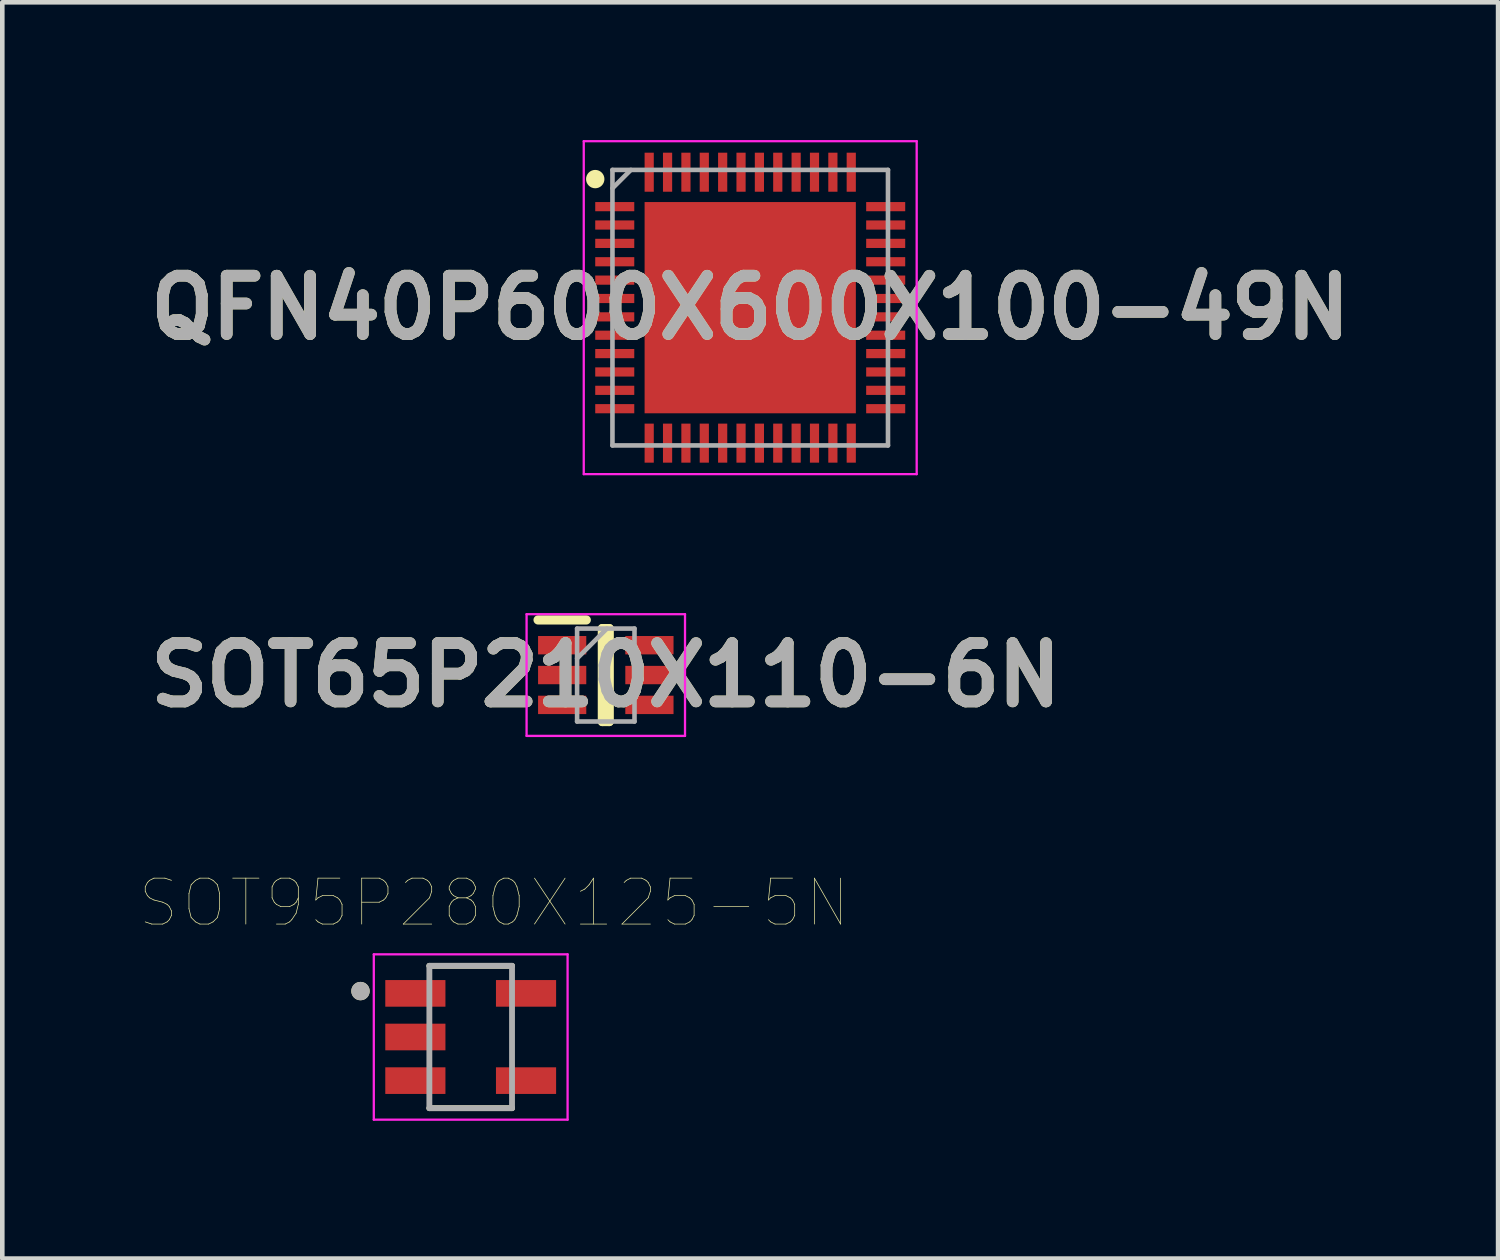
<source format=kicad_pcb>
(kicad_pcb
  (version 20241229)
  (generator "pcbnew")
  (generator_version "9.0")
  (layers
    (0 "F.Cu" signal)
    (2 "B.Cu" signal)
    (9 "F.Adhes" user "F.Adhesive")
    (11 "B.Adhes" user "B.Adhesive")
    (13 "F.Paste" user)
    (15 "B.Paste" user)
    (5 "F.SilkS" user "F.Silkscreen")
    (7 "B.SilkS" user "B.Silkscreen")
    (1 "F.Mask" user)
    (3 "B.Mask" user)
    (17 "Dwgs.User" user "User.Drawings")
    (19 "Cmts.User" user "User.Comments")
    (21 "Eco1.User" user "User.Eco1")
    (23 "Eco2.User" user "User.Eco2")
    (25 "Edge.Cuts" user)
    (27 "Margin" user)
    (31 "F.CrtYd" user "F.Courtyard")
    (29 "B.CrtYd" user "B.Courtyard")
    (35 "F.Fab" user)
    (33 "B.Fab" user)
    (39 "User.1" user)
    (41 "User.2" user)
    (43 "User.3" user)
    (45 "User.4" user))
  (footprint "SOT95P280X125-5N"
    (layer "F.Cu")
    (at 7.2 19.532)
    (property "Reference" "SOT95P280X125-5N" (at 0.508 -2.921 0) (layer "F.SilkS") (effects (font (size 1 1) (thickness 0.015))))
    (attr through_hole)
    (fp_line (start -0.9 -1.55) (end 0.9 -1.55) (stroke (width 0.127) (type solid)) (layer "F.SilkS"))
    (fp_line (start 0.9 1.55) (end -0.9 1.55) (stroke (width 0.127) (type solid)) (layer "F.SilkS"))
    (fp_circle (center -2.4 -1) (end -2.3 -1) (stroke (width 0.2) (type solid)) (fill no) (layer "F.SilkS"))
    (fp_line (start -2.11 -1.8) (end 2.11 -1.8) (stroke (width 0.05) (type solid)) (layer "F.CrtYd"))
    (fp_line (start -2.11 1.8) (end -2.11 -1.8) (stroke (width 0.05) (type solid)) (layer "F.CrtYd"))
    (fp_line (start 2.11 -1.8) (end 2.11 1.8) (stroke (width 0.05) (type solid)) (layer "F.CrtYd"))
    (fp_line (start 2.11 1.8) (end -2.11 1.8) (stroke (width 0.05) (type solid)) (layer "F.CrtYd"))
    (fp_line (start -0.9 -1.55) (end 0.9 -1.55) (stroke (width 0.127) (type solid)) (layer "F.Fab"))
    (fp_line (start -0.9 1.55) (end -0.9 -1.55) (stroke (width 0.127) (type solid)) (layer "F.Fab"))
    (fp_line (start 0.9 -1.55) (end 0.9 1.55) (stroke (width 0.127) (type solid)) (layer "F.Fab"))
    (fp_line (start 0.9 1.55) (end -0.9 1.55) (stroke (width 0.127) (type solid)) (layer "F.Fab"))
    (fp_circle (center -2.4 -1) (end -2.3 -1) (stroke (width 0.2) (type solid)) (fill no) (layer "F.Fab"))
    (pad "1" smd rect (at -1.205 -0.95) (size 1.31 0.58) (layers "F.Cu" "F.Mask" "F.Paste"))
    (pad "2" smd rect (at -1.205 0) (size 1.31 0.58) (layers "F.Cu" "F.Mask" "F.Paste"))
    (pad "3" smd rect (at -1.205 0.95) (size 1.31 0.58) (layers "F.Cu" "F.Mask" "F.Paste"))
    (pad "4" smd rect (at 1.205 0.95) (size 1.31 0.58) (layers "F.Cu" "F.Mask" "F.Paste"))
    (pad "5" smd rect (at 1.205 -0.95) (size 1.31 0.58) (layers "F.Cu" "F.Mask" "F.Paste")))
  (footprint "SOT65P210X110-6N"
    (layer "F.Cu")
    (at 10.142 11.65)
    (property "Reference" "SOT65P210X110-6N" (at 0 0 0) (layer "F.SilkS") (effects (font (size 1.27 1.27) (thickness 0.254))))
    (attr smd)
    (fp_line (start -1.475 -1.2) (end -0.425 -1.2) (stroke (width 0.2) (type solid)) (layer "F.SilkS"))
    (fp_line (start -0.075 -1.012) (end 0.075 -1.012) (stroke (width 0.2) (type solid)) (layer "F.SilkS"))
    (fp_line (start -0.075 1.012) (end -0.075 -1.012) (stroke (width 0.2) (type solid)) (layer "F.SilkS"))
    (fp_line (start 0.075 -1.012) (end 0.075 1.012) (stroke (width 0.2) (type solid)) (layer "F.SilkS"))
    (fp_line (start 0.075 1.012) (end -0.075 1.012) (stroke (width 0.2) (type solid)) (layer "F.SilkS"))
    (fp_line (start -1.725 -1.325) (end 1.725 -1.325) (stroke (width 0.05) (type solid)) (layer "F.CrtYd"))
    (fp_line (start -1.725 1.325) (end -1.725 -1.325) (stroke (width 0.05) (type solid)) (layer "F.CrtYd"))
    (fp_line (start 1.725 -1.325) (end 1.725 1.325) (stroke (width 0.05) (type solid)) (layer "F.CrtYd"))
    (fp_line (start 1.725 1.325) (end -1.725 1.325) (stroke (width 0.05) (type solid)) (layer "F.CrtYd"))
    (fp_line (start -0.625 -1.012) (end 0.625 -1.012) (stroke (width 0.1) (type solid)) (layer "F.Fab"))
    (fp_line (start -0.625 -0.362) (end 0.025 -1.012) (stroke (width 0.1) (type solid)) (layer "F.Fab"))
    (fp_line (start -0.625 1.012) (end -0.625 -1.012) (stroke (width 0.1) (type solid)) (layer "F.Fab"))
    (fp_line (start 0.625 -1.012) (end 0.625 1.012) (stroke (width 0.1) (type solid)) (layer "F.Fab"))
    (fp_line (start 0.625 1.012) (end -0.625 1.012) (stroke (width 0.1) (type solid)) (layer "F.Fab"))
    (fp_text user "${REFERENCE}" (at 0 0 0) (layer "F.Fab") (effects (font (size 1.27 1.27) (thickness 0.254))))
    (pad "1" smd rect (at -0.95 -0.65 90) (size 0.4 1.05) (layers "F.Cu" "F.Mask" "F.Paste"))
    (pad "2" smd rect (at -0.95 0 90) (size 0.4 1.05) (layers "F.Cu" "F.Mask" "F.Paste"))
    (pad "3" smd rect (at -0.95 0.65 90) (size 0.4 1.05) (layers "F.Cu" "F.Mask" "F.Paste"))
    (pad "4" smd rect (at 0.95 0.65 90) (size 0.4 1.05) (layers "F.Cu" "F.Mask" "F.Paste"))
    (pad "5" smd rect (at 0.95 0 90) (size 0.4 1.05) (layers "F.Cu" "F.Mask" "F.Paste"))
    (pad "6" smd rect (at 0.95 -0.65 90) (size 0.4 1.05) (layers "F.Cu" "F.Mask" "F.Paste")))
  (footprint "QFN40P600X600X100-49N"
    (layer "F.Cu")
    (at 13.287 3.65)
    (property "Reference" "QFN40P600X600X100-49N" (at 0 0 0) (layer "F.SilkS") (effects (font (size 1.27 1.27) (thickness 0.254))))
    (attr smd)
    (fp_circle (center -3.375 -2.8) (end -3.375 -2.7) (stroke (width 0.2) (type solid)) (fill no) (layer "F.SilkS"))
    (fp_line (start -3.625 -3.625) (end 3.625 -3.625) (stroke (width 0.05) (type solid)) (layer "F.CrtYd"))
    (fp_line (start -3.625 3.625) (end -3.625 -3.625) (stroke (width 0.05) (type solid)) (layer "F.CrtYd"))
    (fp_line (start 3.625 -3.625) (end 3.625 3.625) (stroke (width 0.05) (type solid)) (layer "F.CrtYd"))
    (fp_line (start 3.625 3.625) (end -3.625 3.625) (stroke (width 0.05) (type solid)) (layer "F.CrtYd"))
    (fp_line (start -3 -3) (end 3 -3) (stroke (width 0.1) (type solid)) (layer "F.Fab"))
    (fp_line (start -3 -2.6) (end -2.6 -3) (stroke (width 0.1) (type solid)) (layer "F.Fab"))
    (fp_line (start -3 3) (end -3 -3) (stroke (width 0.1) (type solid)) (layer "F.Fab"))
    (fp_line (start 3 -3) (end 3 3) (stroke (width 0.1) (type solid)) (layer "F.Fab"))
    (fp_line (start 3 3) (end -3 3) (stroke (width 0.1) (type solid)) (layer "F.Fab"))
    (fp_text user "${REFERENCE}" (at 0 0 0) (layer "F.Fab") (effects (font (size 1.27 1.27) (thickness 0.254))))
    (pad "1" smd rect (at -2.95 -2.2 90) (size 0.2 0.85) (layers "F.Cu" "F.Mask" "F.Paste"))
    (pad "2" smd rect (at -2.95 -1.8 90) (size 0.2 0.85) (layers "F.Cu" "F.Mask" "F.Paste"))
    (pad "3" smd rect (at -2.95 -1.4 90) (size 0.2 0.85) (layers "F.Cu" "F.Mask" "F.Paste"))
    (pad "4" smd rect (at -2.95 -1 90) (size 0.2 0.85) (layers "F.Cu" "F.Mask" "F.Paste"))
    (pad "5" smd rect (at -2.95 -0.6 90) (size 0.2 0.85) (layers "F.Cu" "F.Mask" "F.Paste"))
    (pad "6" smd rect (at -2.95 -0.2 90) (size 0.2 0.85) (layers "F.Cu" "F.Mask" "F.Paste"))
    (pad "7" smd rect (at -2.95 0.2 90) (size 0.2 0.85) (layers "F.Cu" "F.Mask" "F.Paste"))
    (pad "8" smd rect (at -2.95 0.6 90) (size 0.2 0.85) (layers "F.Cu" "F.Mask" "F.Paste"))
    (pad "9" smd rect (at -2.95 1 90) (size 0.2 0.85) (layers "F.Cu" "F.Mask" "F.Paste"))
    (pad "10" smd rect (at -2.95 1.4 90) (size 0.2 0.85) (layers "F.Cu" "F.Mask" "F.Paste"))
    (pad "11" smd rect (at -2.95 1.8 90) (size 0.2 0.85) (layers "F.Cu" "F.Mask" "F.Paste"))
    (pad "12" smd rect (at -2.95 2.2 90) (size 0.2 0.85) (layers "F.Cu" "F.Mask" "F.Paste"))
    (pad "13" smd rect (at -2.2 2.95) (size 0.2 0.85) (layers "F.Cu" "F.Mask" "F.Paste"))
    (pad "14" smd rect (at -1.8 2.95) (size 0.2 0.85) (layers "F.Cu" "F.Mask" "F.Paste"))
    (pad "15" smd rect (at -1.4 2.95) (size 0.2 0.85) (layers "F.Cu" "F.Mask" "F.Paste"))
    (pad "16" smd rect (at -1 2.95) (size 0.2 0.85) (layers "F.Cu" "F.Mask" "F.Paste"))
    (pad "17" smd rect (at -0.6 2.95) (size 0.2 0.85) (layers "F.Cu" "F.Mask" "F.Paste"))
    (pad "18" smd rect (at -0.2 2.95) (size 0.2 0.85) (layers "F.Cu" "F.Mask" "F.Paste"))
    (pad "19" smd rect (at 0.2 2.95) (size 0.2 0.85) (layers "F.Cu" "F.Mask" "F.Paste"))
    (pad "20" smd rect (at 0.6 2.95) (size 0.2 0.85) (layers "F.Cu" "F.Mask" "F.Paste"))
    (pad "21" smd rect (at 1 2.95) (size 0.2 0.85) (layers "F.Cu" "F.Mask" "F.Paste"))
    (pad "22" smd rect (at 1.4 2.95) (size 0.2 0.85) (layers "F.Cu" "F.Mask" "F.Paste"))
    (pad "23" smd rect (at 1.8 2.95) (size 0.2 0.85) (layers "F.Cu" "F.Mask" "F.Paste"))
    (pad "24" smd rect (at 2.2 2.95) (size 0.2 0.85) (layers "F.Cu" "F.Mask" "F.Paste"))
    (pad "25" smd rect (at 2.95 2.2 90) (size 0.2 0.85) (layers "F.Cu" "F.Mask" "F.Paste"))
    (pad "26" smd rect (at 2.95 1.8 90) (size 0.2 0.85) (layers "F.Cu" "F.Mask" "F.Paste"))
    (pad "27" smd rect (at 2.95 1.4 90) (size 0.2 0.85) (layers "F.Cu" "F.Mask" "F.Paste"))
    (pad "28" smd rect (at 2.95 1 90) (size 0.2 0.85) (layers "F.Cu" "F.Mask" "F.Paste"))
    (pad "29" smd rect (at 2.95 0.6 90) (size 0.2 0.85) (layers "F.Cu" "F.Mask" "F.Paste"))
    (pad "30" smd rect (at 2.95 0.2 90) (size 0.2 0.85) (layers "F.Cu" "F.Mask" "F.Paste"))
    (pad "31" smd rect (at 2.95 -0.2 90) (size 0.2 0.85) (layers "F.Cu" "F.Mask" "F.Paste"))
    (pad "32" smd rect (at 2.95 -0.6 90) (size 0.2 0.85) (layers "F.Cu" "F.Mask" "F.Paste"))
    (pad "33" smd rect (at 2.95 -1 90) (size 0.2 0.85) (layers "F.Cu" "F.Mask" "F.Paste"))
    (pad "34" smd rect (at 2.95 -1.4 90) (size 0.2 0.85) (layers "F.Cu" "F.Mask" "F.Paste"))
    (pad "35" smd rect (at 2.95 -1.8 90) (size 0.2 0.85) (layers "F.Cu" "F.Mask" "F.Paste"))
    (pad "36" smd rect (at 2.95 -2.2 90) (size 0.2 0.85) (layers "F.Cu" "F.Mask" "F.Paste"))
    (pad "37" smd rect (at 2.2 -2.95) (size 0.2 0.85) (layers "F.Cu" "F.Mask" "F.Paste"))
    (pad "38" smd rect (at 1.8 -2.95) (size 0.2 0.85) (layers "F.Cu" "F.Mask" "F.Paste"))
    (pad "39" smd rect (at 1.4 -2.95) (size 0.2 0.85) (layers "F.Cu" "F.Mask" "F.Paste"))
    (pad "40" smd rect (at 1 -2.95) (size 0.2 0.85) (layers "F.Cu" "F.Mask" "F.Paste"))
    (pad "41" smd rect (at 0.6 -2.95) (size 0.2 0.85) (layers "F.Cu" "F.Mask" "F.Paste"))
    (pad "42" smd rect (at 0.2 -2.95) (size 0.2 0.85) (layers "F.Cu" "F.Mask" "F.Paste"))
    (pad "43" smd rect (at -0.2 -2.95) (size 0.2 0.85) (layers "F.Cu" "F.Mask" "F.Paste"))
    (pad "44" smd rect (at -0.6 -2.95) (size 0.2 0.85) (layers "F.Cu" "F.Mask" "F.Paste"))
    (pad "45" smd rect (at -1 -2.95) (size 0.2 0.85) (layers "F.Cu" "F.Mask" "F.Paste"))
    (pad "46" smd rect (at -1.4 -2.95) (size 0.2 0.85) (layers "F.Cu" "F.Mask" "F.Paste"))
    (pad "47" smd rect (at -1.8 -2.95) (size 0.2 0.85) (layers "F.Cu" "F.Mask" "F.Paste"))
    (pad "48" smd rect (at -2.2 -2.95) (size 0.2 0.85) (layers "F.Cu" "F.Mask" "F.Paste"))
    (pad "49" smd rect (at 0 0) (size 4.6 4.6) (layers "F.Cu" "F.Mask" "F.Paste")))
  (gr_rect
    (start -3 -3)
    (end 29.573 24.357)
    (stroke (width 0.1) (type default))
    (fill no)
    (layer "Edge.Cuts")))
</source>
